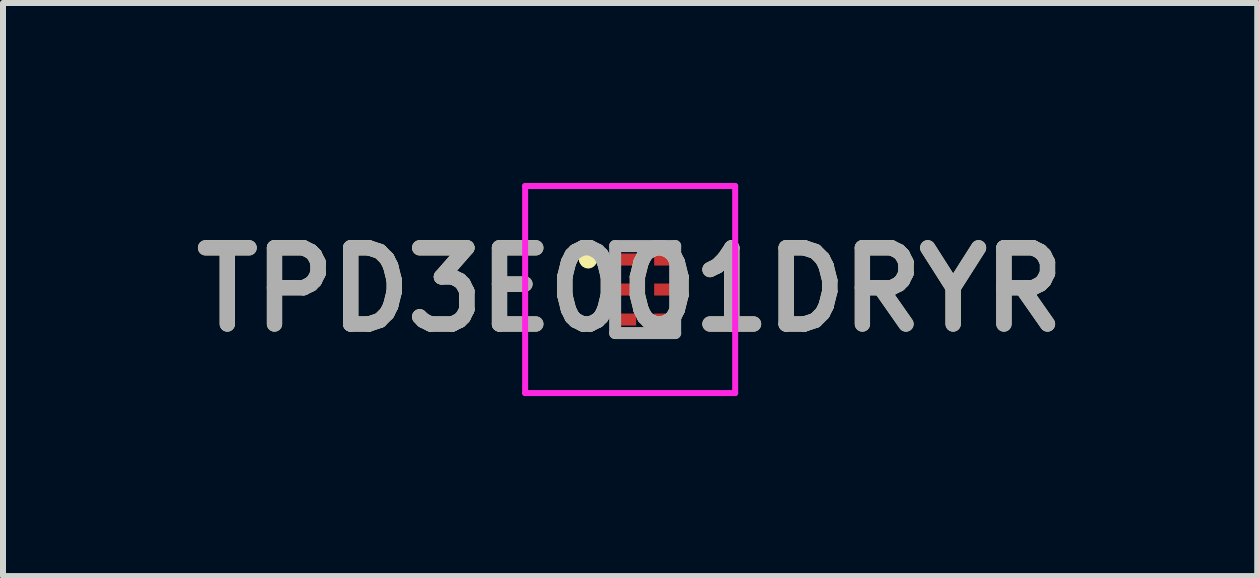
<source format=kicad_pcb>
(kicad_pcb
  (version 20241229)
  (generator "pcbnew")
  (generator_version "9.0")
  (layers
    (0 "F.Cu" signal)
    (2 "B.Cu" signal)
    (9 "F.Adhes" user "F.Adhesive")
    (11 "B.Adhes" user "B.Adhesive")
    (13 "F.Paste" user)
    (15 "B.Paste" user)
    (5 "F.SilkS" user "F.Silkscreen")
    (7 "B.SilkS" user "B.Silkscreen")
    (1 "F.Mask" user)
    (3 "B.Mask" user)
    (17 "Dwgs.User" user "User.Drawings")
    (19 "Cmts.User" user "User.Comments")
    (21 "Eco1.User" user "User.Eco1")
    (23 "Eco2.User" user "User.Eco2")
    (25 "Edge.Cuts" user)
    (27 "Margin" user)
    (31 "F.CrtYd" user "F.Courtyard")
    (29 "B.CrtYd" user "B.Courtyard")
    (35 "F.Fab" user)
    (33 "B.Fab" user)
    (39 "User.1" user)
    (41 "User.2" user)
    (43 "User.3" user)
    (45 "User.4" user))
  (footprint "TPD3E001DRYR"
    (layer "F.Cu")
    (at 7.701 1.775)
    (property "Reference" "TPD3E001DRYR" (at -0.25 0 0) (layer "F.SilkS") (effects (font (size 1.27 1.27) (thickness 0.254))))
    (attr smd)
    (fp_line (start -1 -0.5) (end -1 -0.5) (stroke (width 0.2) (type solid)) (layer "F.SilkS"))
    (fp_line (start -0.9 -0.5) (end -0.9 -0.5) (stroke (width 0.2) (type solid)) (layer "F.SilkS"))
    (fp_line (start -0.9 -0.5) (end -0.9 -0.5) (stroke (width 0.2) (type solid)) (layer "F.SilkS"))
    (fp_arc (start -1 -0.5) (mid -0.95 -0.55) (end -0.9 -0.5) (stroke (width 0.2) (type solid)) (layer "F.SilkS"))
    (fp_arc (start -1 -0.5) (mid -0.95 -0.55) (end -0.9 -0.5) (stroke (width 0.2) (type solid)) (layer "F.SilkS"))
    (fp_arc (start -0.9 -0.5) (mid -0.95 -0.45) (end -1 -0.5) (stroke (width 0.2) (type solid)) (layer "F.SilkS"))
    (fp_line (start -2 -1.725) (end 1.5 -1.725) (stroke (width 0.1) (type solid)) (layer "F.CrtYd"))
    (fp_line (start -2 1.725) (end -2 -1.725) (stroke (width 0.1) (type solid)) (layer "F.CrtYd"))
    (fp_line (start 1.5 -1.725) (end 1.5 1.725) (stroke (width 0.1) (type solid)) (layer "F.CrtYd"))
    (fp_line (start 1.5 1.725) (end -2 1.725) (stroke (width 0.1) (type solid)) (layer "F.CrtYd"))
    (fp_line (start -0.5 -0.725) (end -0.5 0.725) (stroke (width 0.2) (type solid)) (layer "F.Fab"))
    (fp_line (start -0.5 0.725) (end 0.5 0.725) (stroke (width 0.2) (type solid)) (layer "F.Fab"))
    (fp_line (start 0.5 -0.725) (end -0.5 -0.725) (stroke (width 0.2) (type solid)) (layer "F.Fab"))
    (fp_line (start 0.5 0.725) (end 0.5 -0.725) (stroke (width 0.2) (type solid)) (layer "F.Fab"))
    (fp_text user "${REFERENCE}" (at -0.25 0 0) (layer "F.Fab") (effects (font (size 1.27 1.27) (thickness 0.254))))
    (pad "1" smd rect (at -0.275 -0.5 90) (size 0.2 0.35) (layers "F.Cu" "F.Mask" "F.Paste"))
    (pad "2" smd rect (at -0.3 0 90) (size 0.2 0.3) (layers "F.Cu" "F.Mask" "F.Paste"))
    (pad "3" smd rect (at -0.3 0.5 90) (size 0.2 0.3) (layers "F.Cu" "F.Mask" "F.Paste"))
    (pad "4" smd rect (at 0.3 0.5 90) (size 0.2 0.3) (layers "F.Cu" "F.Mask" "F.Paste"))
    (pad "5" smd rect (at 0.3 0 90) (size 0.2 0.3) (layers "F.Cu" "F.Mask" "F.Paste"))
    (pad "6" smd rect (at 0.3 -0.5 90) (size 0.2 0.3) (layers "F.Cu" "F.Mask" "F.Paste")))
  (gr_rect
    (start -3 -3)
    (end 17.901 6.55)
    (stroke (width 0.1) (type default))
    (fill no)
    (layer "Edge.Cuts")))
</source>
